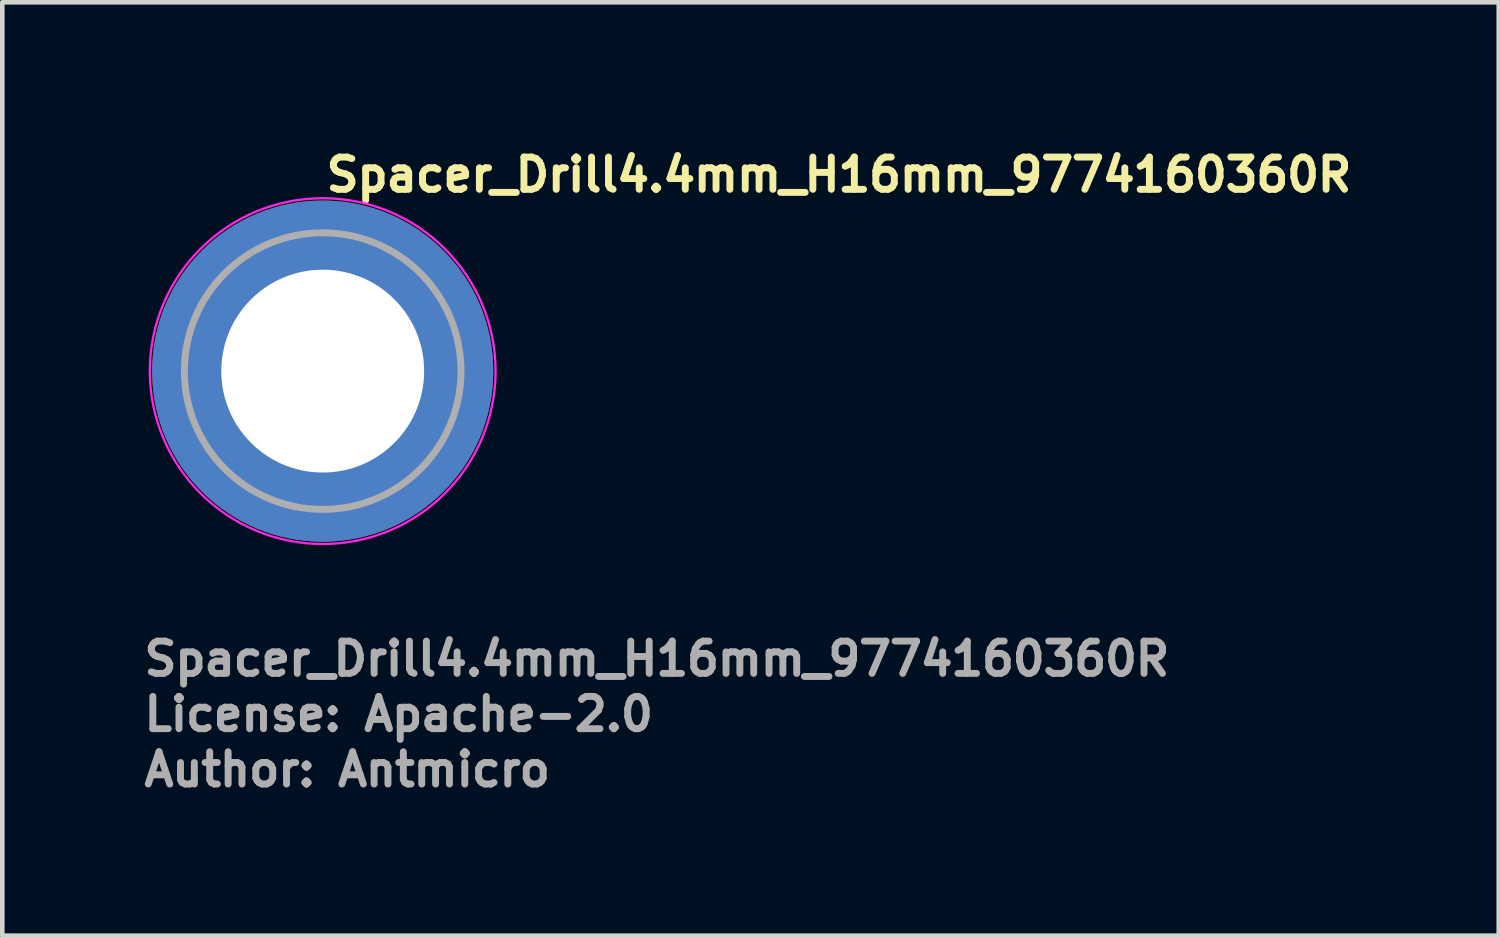
<source format=kicad_pcb>
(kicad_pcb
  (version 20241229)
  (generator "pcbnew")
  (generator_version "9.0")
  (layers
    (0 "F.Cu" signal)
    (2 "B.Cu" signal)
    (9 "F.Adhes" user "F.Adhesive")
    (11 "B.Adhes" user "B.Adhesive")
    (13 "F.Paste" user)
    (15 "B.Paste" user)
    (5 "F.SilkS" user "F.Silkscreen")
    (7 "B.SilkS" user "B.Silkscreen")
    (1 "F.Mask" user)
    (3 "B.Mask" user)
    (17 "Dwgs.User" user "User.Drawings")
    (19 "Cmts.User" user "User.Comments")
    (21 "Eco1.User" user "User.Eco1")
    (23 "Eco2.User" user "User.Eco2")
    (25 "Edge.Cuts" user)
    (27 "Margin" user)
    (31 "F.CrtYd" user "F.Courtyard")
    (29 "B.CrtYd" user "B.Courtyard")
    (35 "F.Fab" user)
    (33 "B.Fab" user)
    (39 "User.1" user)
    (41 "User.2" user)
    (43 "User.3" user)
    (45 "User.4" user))
  (footprint "Spacer_Drill4.4mm_H16mm_9774160360R"
    (layer "F.Cu")
    (at 3.95 5)
    (property "Reference" "Spacer_Drill4.4mm_H16mm_9774160360R" (at 0 -3.85 0) (layer "F.SilkS") (effects (font (size 0.7 0.7) (thickness 0.15)) (justify left bottom)))
    (attr smd)
    (fp_circle (center 0 0) (end 3.75 0) (stroke (width 0.05) (type solid)) (fill no) (layer "F.CrtYd"))
    (fp_circle (center 0 0) (end 3 0) (stroke (width 0.15) (type solid)) (fill no) (layer "F.Fab"))
    (fp_circle (center 0 0) (end 1.2 0) (stroke (width 0.02) (type default)) (fill no) (layer "User.9"))
    (fp_circle (center 0 0) (end 3 0) (stroke (width 0.02) (type default)) (fill no) (layer "User.9"))
    (fp_text user "Author: Antmicro" (at -3.95 9.05 0) (layer "F.Fab") (effects (font (size 0.7 0.7) (thickness 0.15)) (justify left bottom)))
    (fp_text user "License: Apache-2.0" (at -3.95 7.85 0) (layer "F.Fab") (effects (font (size 0.7 0.7) (thickness 0.15)) (justify left bottom)))
    (fp_text user "${REFERENCE}" (at -3.95 6.65 0) (layer "F.Fab") (effects (font (size 0.7 0.7) (thickness 0.15)) (justify left bottom)))
    (pad "" smd custom (at -2.1 -2.1) (size 0.7 0.7) (layers "F.Paste") (options (anchor circle)) (primitives (gr_arc (start -0.377294 1.707681) (mid 0.317578 0.318818) (end 1.705945 -0.377044) (width 0.2)) (gr_arc (start -0.478281 1.707681) (mid 0.244583 0.250396) (end 1.699539 -0.477144) (width 0.2)) (gr_arc (start -0.579192 1.707681) (mid 0.173852 0.179706) (end 1.699475 -0.57809) (width 0.2)) (gr_arc (start -0.680037 1.707681) (mid 0.102165 0.109975) (end 1.696729 -0.678615) (width 0.2)) (gr_arc (start -0.780822 1.707681) (mid 0.031098 0.039621) (end 1.695722 -0.779322) (width 0.2)) (gr_arc (start -0.881554 1.707681) (mid -0.041167 -0.029528) (end 1.691343 -0.879562) (width 0.2)) (gr_arc (start -0.982237 1.707681) (mid -0.109168 -0.10296) (end 1.69896 -0.98122) (width 0.2)) (gr_arc (start -1.082877 1.707681) (mid -0.184209 -0.16932) (end 1.686763 -1.080475) (width 0.2)) (gr_arc (start -1.183476 1.707681) (mid -0.252982 -0.241979) (end 1.692214 -1.181768) (width 0.2)) (gr_arc (start -1.28404 1.707681) (mid -0.319065 -0.317332) (end 1.705244 -1.283783) (width 0.2)) (gr_line (start 1.708 -0.377) (end 1.708 -1.284) (width 0.2)) (gr_line (start -0.377 1.708) (end -1.284 1.708) (width 0.2))))
    (pad "" smd custom (at -2.1 2.1) (size 0.7 0.7) (layers "F.Paste") (options (anchor circle)) (primitives (gr_arc (start 1.707681 0.377294) (mid 0.318818 -0.317578) (end -0.377044 -1.705945) (width 0.2)) (gr_arc (start 1.707681 0.478281) (mid 0.250396 -0.244583) (end -0.477144 -1.699539) (width 0.2)) (gr_arc (start 1.707681 0.579192) (mid 0.179706 -0.173852) (end -0.57809 -1.699475) (width 0.2)) (gr_arc (start 1.707681 0.680037) (mid 0.109975 -0.102165) (end -0.678615 -1.696729) (width 0.2)) (gr_arc (start 1.707681 0.780822) (mid 0.039621 -0.031098) (end -0.779322 -1.695722) (width 0.2)) (gr_arc (start 1.707681 0.881554) (mid -0.029528 0.041167) (end -0.879562 -1.691343) (width 0.2)) (gr_arc (start 1.707681 0.982237) (mid -0.10485 0.107282) (end -0.981842 -1.704264) (width 0.2)) (gr_arc (start 1.707681 1.082877) (mid -0.169319 0.18421) (end -1.080475 -1.686759) (width 0.2)) (gr_arc (start 1.707681 1.183476) (mid -0.241979 0.252982) (end -1.181768 -1.692214) (width 0.2)) (gr_arc (start 1.707681 1.28404) (mid -0.315258 0.321134) (end -1.283164 -1.699417) (width 0.2)) (gr_line (start -0.377 -1.708) (end -1.284 -1.708) (width 0.2)) (gr_line (start 1.708 0.377) (end 1.708 1.284) (width 0.2))))
    (pad "" smd custom (at 2.1 -2.1) (size 0.7 0.7) (layers "F.Paste") (options (anchor circle)) (primitives (gr_arc (start -1.707681 -0.377294) (mid -0.318817 0.317579) (end 0.377044 1.705947) (width 0.2)) (gr_arc (start -1.707681 -0.478281) (mid -0.248815 0.24616) (end 0.477764 1.703961) (width 0.2)) (gr_arc (start -1.707681 -0.579192) (mid -0.182997 0.170578) (end 0.576824 1.690278) (width 0.2)) (gr_arc (start -1.707681 -0.680037) (mid -0.113388 0.098771) (end 0.67734 1.687185) (width 0.2)) (gr_arc (start -1.707681 -0.780822) (mid -0.039621 0.031098) (end 0.779322 1.695722) (width 0.2)) (gr_arc (start -1.707681 -0.881554) (mid 0.031359 -0.039345) (end 0.880198 1.696469) (width 0.2)) (gr_arc (start -1.707681 -0.982237) (mid 0.101068 -0.111053) (end 0.98059 1.693657) (width 0.2)) (gr_arc (start -1.707681 -1.082877) (mid 0.16932 -0.184209) (end 1.080475 1.686763) (width 0.2)) (gr_arc (start -1.707681 -1.183476) (mid 0.243995 -0.250974) (end 1.182402 1.69787) (width 0.2)) (gr_arc (start -1.707681 -1.28404) (mid 0.315257 -0.321134) (end 1.283162 1.699417) (width 0.2)) (gr_line (start 0.377 1.708) (end 1.284 1.708) (width 0.2)) (gr_line (start -1.708 -0.377) (end -1.708 -1.284) (width 0.2))))
    (pad "" smd custom (at 2.1 2.1) (size 0.7 0.7) (layers "F.Paste") (options (anchor circle)) (primitives (gr_arc (start 0.377294 -1.707681) (mid -0.317579 -0.318817) (end -1.705947 0.377044) (width 0.2)) (gr_arc (start 0.478281 -1.707681) (mid -0.24616 -0.248815) (end -1.703961 0.477764) (width 0.2)) (gr_arc (start 0.579192 -1.707681) (mid -0.170578 -0.182997) (end -1.690278 0.576824) (width 0.2)) (gr_arc (start 0.680037 -1.707681) (mid -0.098771 -0.113388) (end -1.687185 0.67734) (width 0.2)) (gr_arc (start 0.780822 -1.707681) (mid -0.031098 -0.039621) (end -1.695722 0.779322) (width 0.2)) (gr_arc (start 0.881554 -1.707681) (mid 0.039345 0.031359) (end -1.696469 0.880198) (width 0.2)) (gr_arc (start 0.982237 -1.707681) (mid 0.111053 0.101068) (end -1.693657 0.98059) (width 0.2)) (gr_arc (start 1.082877 -1.707681) (mid 0.184209 0.16932) (end -1.686763 1.080475) (width 0.2)) (gr_arc (start 1.183476 -1.707681) (mid 0.250974 0.243995) (end -1.69787 1.182402) (width 0.2)) (gr_arc (start 1.28404 -1.707681) (mid 0.321134 0.315257) (end -1.699417 1.283162) (width 0.2)) (gr_line (start -1.708 0.377) (end -1.708 1.284) (width 0.2)) (gr_line (start 0.377 -1.708) (end 1.284 -1.708) (width 0.2))))
    (pad "1" thru_hole circle (at 0 0) (size 7.4 7.4) (drill 4.4) (layers "*.Cu" "*.Mask")))
  (gr_rect
    (start -3 -3)
    (end 29.46 17.245)
    (stroke (width 0.1) (type default))
    (fill no)
    (layer "Edge.Cuts")))
</source>
